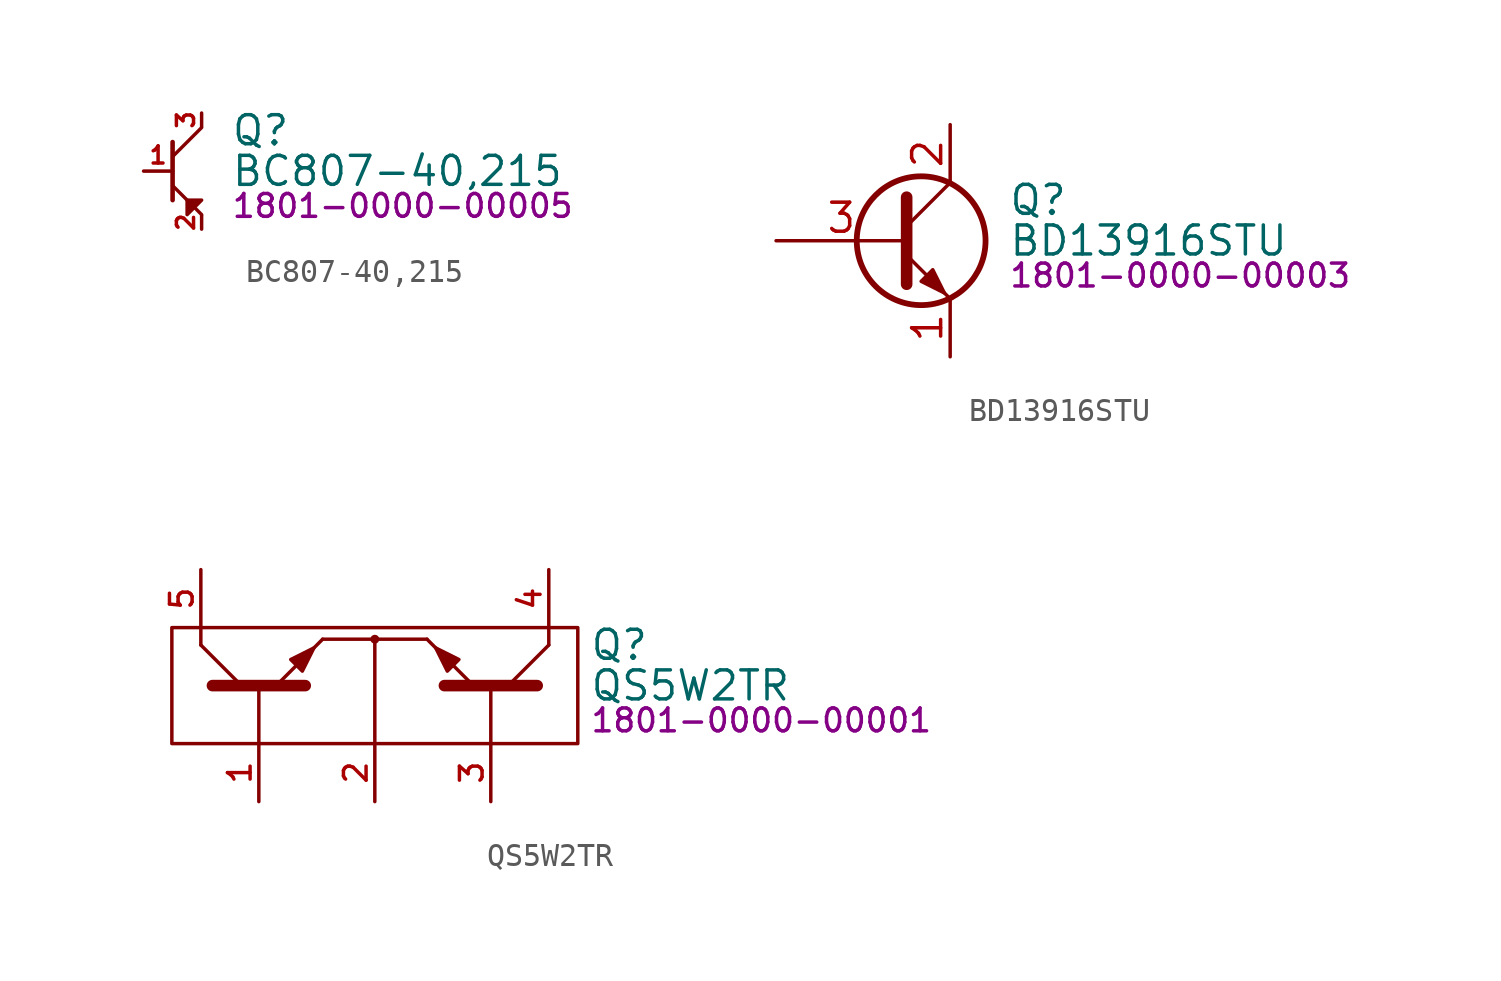
<source format=kicad_sym>
(kicad_symbol_lib
  (version 20231120)
  (generator "kicad_symbol_editor")
  (generator_version "8.0")
  (symbol "BC807-40,215"
    (property "Reference" "Q"
      (at 2.54 1.778 0)
      (effects (font (size 1.27 1.27)) (justify left)))
    (property "Value" "BC807-40,215"
      (at 2.54 0 0)
      (effects (font (size 1.27 1.27)) (justify left)))
    (property "PartNumber" "1801-0000-00005"
      (at 2.54 -1.524 0)
      (effects (font (size 1 1)) (justify left)))
    (symbol "BC807-40,215_0_0"
      (pin input line (at -1.27 0 0) (length 1.27) (name "B" (effects (font (size 0 0)))) (number "1" (effects (font (size 0.75 0.75)))))
      (pin bidirectional line (at 1.27 -2.54 90) (length 0.6) (name "E" (effects (font (size 0 0)))) (number "2" (effects (font (size 0.75 0.75)))))
      (pin bidirectional line (at 1.27 2.54 270) (length 0.6) (name "C" (effects (font (size 0 0)))) (number "3" (effects (font (size 0.75 0.75))))))
    (symbol "BC807-40,215_0_1"
      (polyline (pts (xy 0 1.27) (xy 0 -1.27)) (stroke (width 0.2) (type default)) (fill (type none)))
      (polyline (pts (xy 0 -0.635) (xy 1.27 -1.905) (xy 1.27 -1.905)) (stroke (width 0.15) (type default)) (fill (type none)))
      (polyline (pts (xy 0 0.635) (xy 1.27 1.905) (xy 1.27 1.905)) (stroke (width 0.15) (type default)) (fill (type none)))
      (polyline (pts (xy 0.635 -1.27) (xy 1.27 -1.27) (xy 0.635 -1.905) (xy 0.635 -1.27)) (stroke (width 0) (type default)) (fill (type outline)))))
  (symbol "BD13916STU"
    (pin_names hide)
    (property "Reference" "Q"
      (at 2.54 1.778 0)
      (effects (font (size 1.27 1.27)) (justify left)))
    (property "Value" "BD13916STU"
      (at 2.54 0 0)
      (effects (font (size 1.27 1.27)) (justify left)))
    (property "PartNumber" "1801-0000-00003"
      (at 2.54 -1.524 0)
      (effects (font (size 1 1)) (justify left)))
    (symbol "BD13916STU_0_1"
      (circle (center -1.27 0) (radius 2.819) (stroke (width 0.254) (type default)) (fill (type none)))
      (polyline (pts (xy -1.905 0.635) (xy 0 2.54)) (stroke (width 0) (type default)) (fill (type none)))
      (polyline (pts (xy -1.905 -0.635) (xy 0 -2.54) (xy 0 -2.54)) (stroke (width 0) (type default)) (fill (type none)))
      (polyline (pts (xy -1.905 1.905) (xy -1.905 -1.905) (xy -1.905 -1.905)) (stroke (width 0.508) (type default)) (fill (type none)))
      (polyline (pts (xy -1.27 -1.778) (xy -0.762 -1.27) (xy -0.254 -2.286) (xy -1.27 -1.778) (xy -1.27 -1.778)) (stroke (width 0) (type default)) (fill (type outline))))
    (symbol "BD13916STU_1_1"
      (pin passive line (at 0 -5.08 90) (length 2.54) (name "E" (effects (font (size 1.27 1.27)))) (number "1" (effects (font (size 1.27 1.27)))))
      (pin passive line (at 0 5.08 270) (length 2.54) (name "C" (effects (font (size 1.27 1.27)))) (number "2" (effects (font (size 1.27 1.27)))))
      (pin passive line (at -7.62 0 0) (length 5.715) (name "B" (effects (font (size 1.27 1.27)))) (number "3" (effects (font (size 1.27 1.27)))))))
  (symbol "QS5W2TR"
    (pin_names hide)
    (property "Reference" "Q"
      (at 9.398 -0.762 0)
      (effects (font (size 1.27 1.27)) (justify left)))
    (property "Value" "QS5W2TR"
      (at 9.398 -2.54 0)
      (effects (font (size 1.27 1.27)) (justify left)))
    (property "PartNumber" "1801-0000-00001"
      (at 9.398 -4.064 0)
      (effects (font (size 1 1)) (justify left)))
    (symbol "QS5W2TR_0_0"
      (pin passive line (at -5.08 -7.62 90) (length 2.54) (name "B1" (effects (font (size 1.27 1.27)))) (number "1" (effects (font (size 0.991 0.991)))))
      (pin passive line (at 0 -7.62 90) (length 2.54) (name "COM-EM" (effects (font (size 1.27 1.27)))) (number "2" (effects (font (size 0.991 0.991)))))
      (pin passive line (at 5.08 -7.62 90) (length 2.54) (name "B2" (effects (font (size 1.27 1.27)))) (number "3" (effects (font (size 0.991 0.991)))))
      (pin passive line (at 7.62 2.54 270) (length 2.54) (name "C2" (effects (font (size 1.27 1.27)))) (number "4" (effects (font (size 0.991 0.991)))))
      (pin passive line (at -7.62 2.54 270) (length 2.54) (name "C1" (effects (font (size 1.27 1.27)))) (number "5" (effects (font (size 0.991 0.991))))))
    (symbol "QS5W2TR_0_1"
      (rectangle (start -8.89 0) (end 8.89 -5.08) (stroke (width 0) (type default)) (fill (type none)))
      (circle (center 0 -0.508) (radius 0.12) (stroke (width 0) (type default)) (fill (type none)))
      (polyline (pts (xy -7.62 0) (xy -7.62 -0.762)) (stroke (width 0) (type default)) (fill (type none)))
      (polyline (pts (xy -5.842 -2.54) (xy -7.62 -0.762)) (stroke (width 0) (type default)) (fill (type none)))
      (polyline (pts (xy -5.08 -5.08) (xy -5.08 -2.54)) (stroke (width 0) (type default)) (fill (type none)))
      (polyline (pts (xy -2.286 -0.508) (xy 2.286 -0.508)) (stroke (width 0) (type default)) (fill (type none)))
      (polyline (pts (xy 0 -0.508) (xy 0 -5.08)) (stroke (width 0) (type default)) (fill (type none)))
      (polyline (pts (xy 5.08 -5.08) (xy 5.08 -2.54)) (stroke (width 0) (type default)) (fill (type none)))
      (polyline (pts (xy 5.842 -2.54) (xy 7.62 -0.762)) (stroke (width 0) (type default)) (fill (type none)))
      (polyline (pts (xy 7.62 0) (xy 7.62 -0.762)) (stroke (width 0) (type default)) (fill (type none)))
      (polyline (pts (xy -7.112 -2.54) (xy -3.048 -2.54) (xy -3.048 -2.54)) (stroke (width 0.508) (type default)) (fill (type none)))
      (polyline (pts (xy -4.318 -2.54) (xy -2.286 -0.508) (xy -2.413 -0.635)) (stroke (width 0) (type default)) (fill (type none)))
      (polyline (pts (xy 4.318 -2.54) (xy 2.286 -0.508) (xy 2.413 -0.635)) (stroke (width 0) (type default)) (fill (type none)))
      (polyline (pts (xy 7.112 -2.54) (xy 3.048 -2.54) (xy 3.048 -2.54)) (stroke (width 0.508) (type default)) (fill (type none)))
      (polyline (pts (xy -3.175 -1.905) (xy -3.683 -1.397) (xy -2.667 -0.889) (xy -3.175 -1.905) (xy -3.175 -1.905)) (stroke (width 0) (type default)) (fill (type outline)))
      (polyline (pts (xy 3.175 -1.905) (xy 3.683 -1.397) (xy 2.667 -0.889) (xy 3.175 -1.905) (xy 3.175 -1.905)) (stroke (width 0) (type default)) (fill (type outline))))))
</source>
